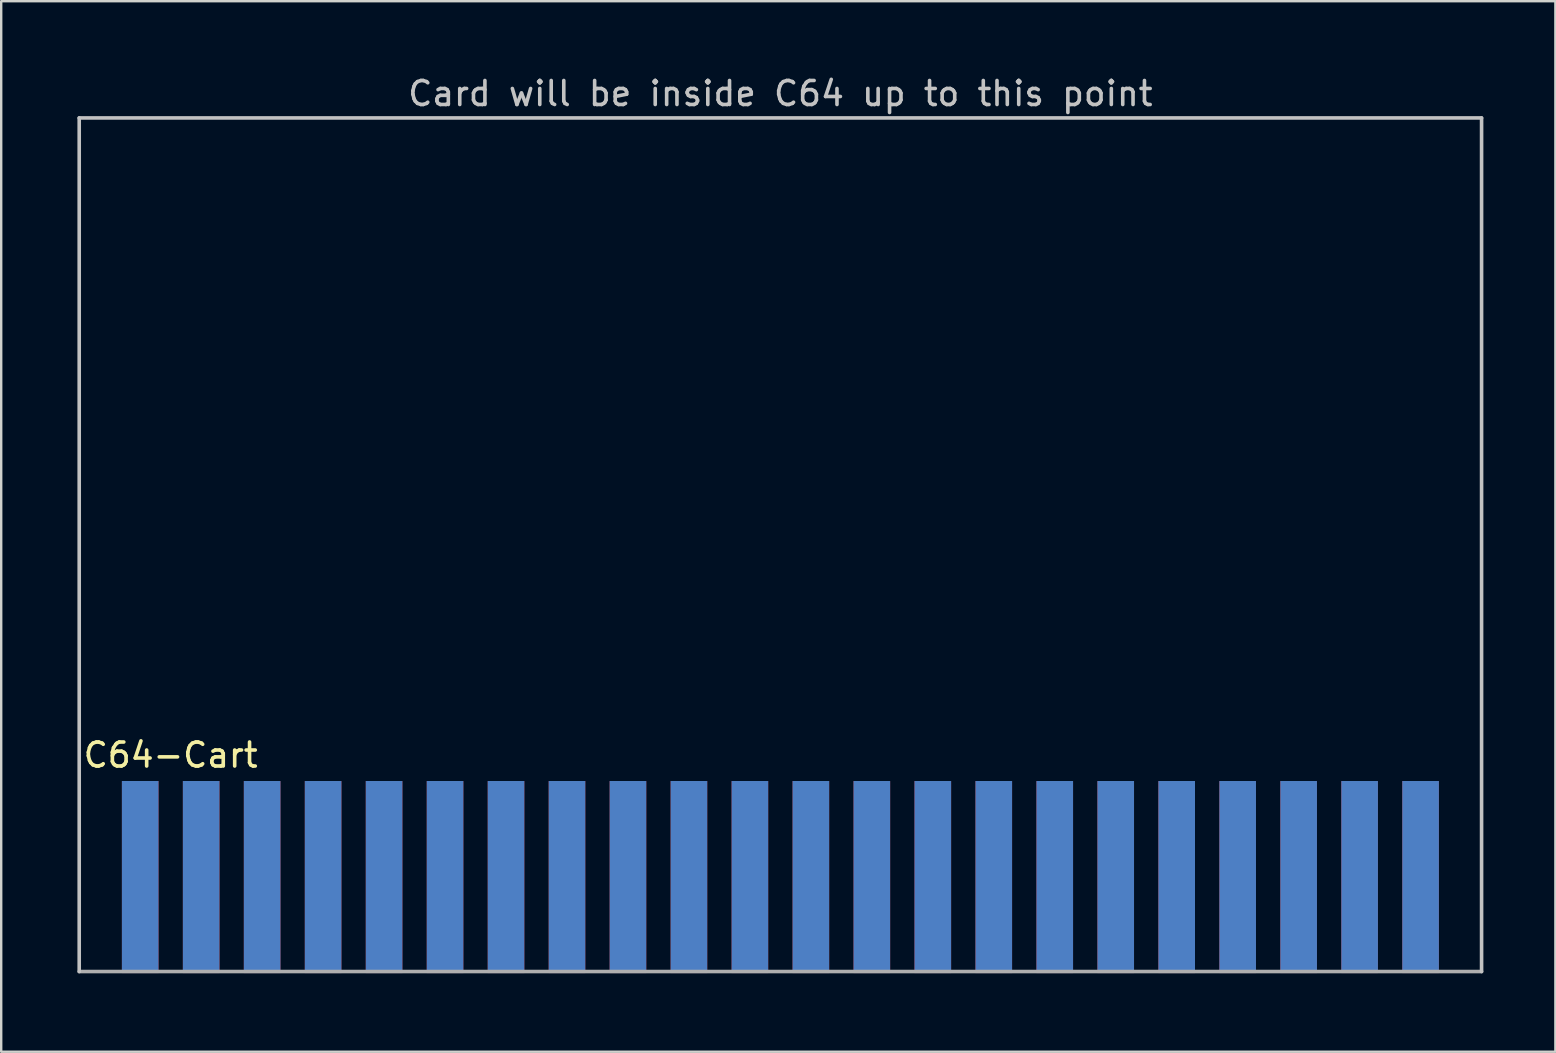
<source format=kicad_pcb>
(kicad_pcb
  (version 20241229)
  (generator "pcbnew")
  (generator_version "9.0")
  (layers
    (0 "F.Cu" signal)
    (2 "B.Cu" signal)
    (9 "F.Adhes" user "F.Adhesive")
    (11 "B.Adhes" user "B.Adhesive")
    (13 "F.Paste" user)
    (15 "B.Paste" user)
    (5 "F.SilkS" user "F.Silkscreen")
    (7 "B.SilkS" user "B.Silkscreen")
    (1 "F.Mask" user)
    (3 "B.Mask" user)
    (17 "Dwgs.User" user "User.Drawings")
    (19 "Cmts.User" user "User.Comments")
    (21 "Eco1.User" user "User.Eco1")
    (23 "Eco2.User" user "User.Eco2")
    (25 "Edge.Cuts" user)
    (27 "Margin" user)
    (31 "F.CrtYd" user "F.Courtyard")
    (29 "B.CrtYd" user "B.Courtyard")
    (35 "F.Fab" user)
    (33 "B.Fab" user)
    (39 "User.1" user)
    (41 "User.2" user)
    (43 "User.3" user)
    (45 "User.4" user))
  (footprint "C64-Cart"
    (layer "F.Cu")
    (at 0.25 37.424)
    (property "Reference" "C64-Cart" (at 3.81 -9.018 0) (layer "F.SilkS") (effects (font (size 1 1) (thickness 0.15))))
    (attr through_hole)
    (fp_line (start 0 -35.56) (end 0 0) (stroke (width 0.15) (type solid)) (layer "Dwgs.User"))
    (fp_line (start 58.42 -35.56) (end 0 -35.56) (stroke (width 0.15) (type solid)) (layer "Dwgs.User"))
    (fp_line (start 58.42 0) (end 58.42 -35.56) (stroke (width 0.15) (type solid)) (layer "Dwgs.User"))
    (fp_line (start 0 0) (end 58.42 0) (stroke (width 0.15) (type solid)) (layer "F.Fab"))
    (fp_text user "Card will be inside C64 up to this point" (at 29.21 -36.576 0) (layer "Dwgs.User") (effects (font (size 1 1) (thickness 0.15))))
    (pad "" smd rect (at 29.21 -3.81 180) (size 58.42 8.3) (layers "F.Mask"))
    (pad "" smd rect (at 29.21 -3.81 180) (size 58.42 8.3) (layers "B.Mask"))
    (pad "1" smd rect (at 2.54 -3.938 180) (size 1.524 8) (layers "F.Cu" "F.Mask" "F.Paste"))
    (pad "2" smd rect (at 5.08 -3.938 180) (size 1.524 8) (layers "F.Cu" "F.Mask" "F.Paste"))
    (pad "3" smd rect (at 7.62 -3.938 180) (size 1.524 8) (layers "F.Cu" "F.Mask" "F.Paste"))
    (pad "4" smd rect (at 10.16 -3.938 180) (size 1.524 8) (layers "F.Cu" "F.Mask" "F.Paste"))
    (pad "5" smd rect (at 12.7 -3.938 180) (size 1.524 8) (layers "F.Cu" "F.Mask" "F.Paste"))
    (pad "6" smd rect (at 15.24 -3.938 180) (size 1.524 8) (layers "F.Cu" "F.Mask" "F.Paste"))
    (pad "7" smd rect (at 17.78 -3.938 180) (size 1.524 8) (layers "F.Cu" "F.Mask" "F.Paste"))
    (pad "8" smd rect (at 20.32 -3.938 180) (size 1.524 8) (layers "F.Cu" "F.Mask" "F.Paste"))
    (pad "9" smd rect (at 22.86 -3.938 180) (size 1.524 8) (layers "F.Cu" "F.Mask" "F.Paste"))
    (pad "10" smd rect (at 25.4 -3.938 180) (size 1.524 8) (layers "F.Cu" "F.Mask" "F.Paste"))
    (pad "11" smd rect (at 27.94 -3.938 180) (size 1.524 8) (layers "F.Cu" "F.Mask" "F.Paste"))
    (pad "12" smd rect (at 30.48 -3.938 180) (size 1.524 8) (layers "F.Cu" "F.Mask" "F.Paste"))
    (pad "13" smd rect (at 33.02 -3.938 180) (size 1.524 8) (layers "F.Cu" "F.Mask" "F.Paste"))
    (pad "14" smd rect (at 35.56 -3.938 180) (size 1.524 8) (layers "F.Cu" "F.Mask" "F.Paste"))
    (pad "15" smd rect (at 38.1 -3.938 180) (size 1.524 8) (layers "F.Cu" "F.Mask" "F.Paste"))
    (pad "16" smd rect (at 40.64 -3.938 180) (size 1.524 8) (layers "F.Cu" "F.Mask" "F.Paste"))
    (pad "17" smd rect (at 43.18 -3.938 180) (size 1.524 8) (layers "F.Cu" "F.Mask" "F.Paste"))
    (pad "18" smd rect (at 45.72 -3.938 180) (size 1.524 8) (layers "F.Cu" "F.Mask" "F.Paste"))
    (pad "19" smd rect (at 48.26 -3.938 180) (size 1.524 8) (layers "F.Cu" "F.Mask" "F.Paste"))
    (pad "20" smd rect (at 50.8 -3.938 180) (size 1.524 8) (layers "F.Cu" "F.Mask" "F.Paste"))
    (pad "21" smd rect (at 53.34 -3.938 180) (size 1.524 8) (layers "F.Cu" "F.Mask" "F.Paste"))
    (pad "22" smd rect (at 55.88 -3.938 180) (size 1.524 8) (layers "F.Cu" "F.Mask" "F.Paste"))
    (pad "A" smd rect (at 2.54 -3.938) (size 1.524 8) (layers "B.Cu" "B.Mask" "B.Paste"))
    (pad "B" smd rect (at 5.08 -3.938) (size 1.524 8) (layers "B.Cu" "B.Mask" "B.Paste"))
    (pad "C" smd rect (at 7.62 -3.938) (size 1.524 8) (layers "B.Cu" "B.Mask" "B.Paste"))
    (pad "D" smd rect (at 10.16 -3.938) (size 1.524 8) (layers "B.Cu" "B.Mask" "B.Paste"))
    (pad "E" smd rect (at 12.7 -3.938) (size 1.524 8) (layers "B.Cu" "B.Mask" "B.Paste"))
    (pad "F" smd rect (at 15.24 -3.938) (size 1.524 8) (layers "B.Cu" "B.Mask" "B.Paste"))
    (pad "H" smd rect (at 17.78 -3.938) (size 1.524 8) (layers "B.Cu" "B.Mask" "B.Paste"))
    (pad "J" smd rect (at 20.32 -3.938) (size 1.524 8) (layers "B.Cu" "B.Mask" "B.Paste"))
    (pad "K" smd rect (at 22.86 -3.938) (size 1.524 8) (layers "B.Cu" "B.Mask" "B.Paste"))
    (pad "L" smd rect (at 25.4 -3.938) (size 1.524 8) (layers "B.Cu" "B.Mask" "B.Paste"))
    (pad "M" smd rect (at 27.94 -3.938) (size 1.524 8) (layers "B.Cu" "B.Mask" "B.Paste"))
    (pad "N" smd rect (at 30.48 -3.938) (size 1.524 8) (layers "B.Cu" "B.Mask" "B.Paste"))
    (pad "P" smd rect (at 33.02 -3.938) (size 1.524 8) (layers "B.Cu" "B.Mask" "B.Paste"))
    (pad "R" smd rect (at 35.56 -3.938) (size 1.524 8) (layers "B.Cu" "B.Mask" "B.Paste"))
    (pad "S" smd rect (at 38.1 -3.938) (size 1.524 8) (layers "B.Cu" "B.Mask" "B.Paste"))
    (pad "T" smd rect (at 40.64 -3.938) (size 1.524 8) (layers "B.Cu" "B.Mask" "B.Paste"))
    (pad "U" smd rect (at 43.18 -3.938) (size 1.524 8) (layers "B.Cu" "B.Mask" "B.Paste"))
    (pad "V" smd rect (at 45.72 -3.938) (size 1.524 8) (layers "B.Cu" "B.Mask" "B.Paste"))
    (pad "W" smd rect (at 48.26 -3.938) (size 1.524 8) (layers "B.Cu" "B.Mask" "B.Paste"))
    (pad "X" smd rect (at 50.8 -3.938) (size 1.524 8) (layers "B.Cu" "B.Mask" "B.Paste"))
    (pad "Y" smd rect (at 53.34 -3.938) (size 1.524 8) (layers "B.Cu" "B.Mask" "B.Paste"))
    (pad "Z" smd rect (at 55.88 -3.938) (size 1.524 8) (layers "B.Cu" "B.Mask" "B.Paste")))
  (gr_rect
    (start -3 -3)
    (end 61.745 40.764)
    (stroke (width 0.1) (type default))
    (fill no)
    (layer "Edge.Cuts")))
</source>
